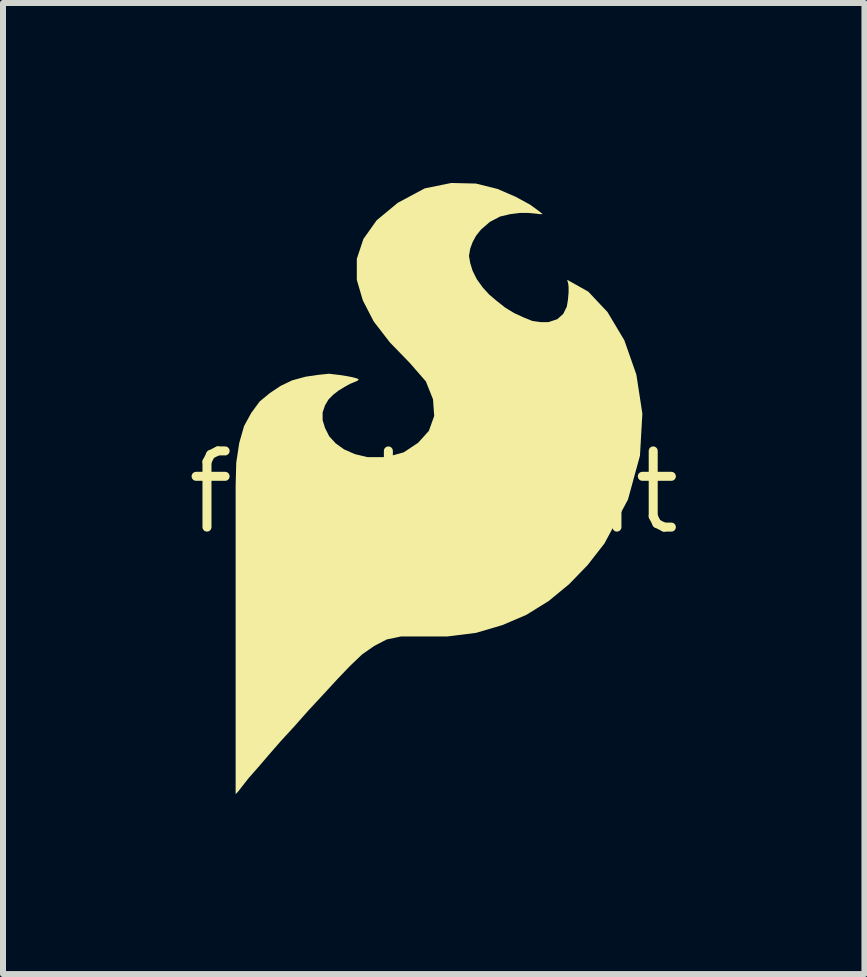
<source format=kicad_pcb>
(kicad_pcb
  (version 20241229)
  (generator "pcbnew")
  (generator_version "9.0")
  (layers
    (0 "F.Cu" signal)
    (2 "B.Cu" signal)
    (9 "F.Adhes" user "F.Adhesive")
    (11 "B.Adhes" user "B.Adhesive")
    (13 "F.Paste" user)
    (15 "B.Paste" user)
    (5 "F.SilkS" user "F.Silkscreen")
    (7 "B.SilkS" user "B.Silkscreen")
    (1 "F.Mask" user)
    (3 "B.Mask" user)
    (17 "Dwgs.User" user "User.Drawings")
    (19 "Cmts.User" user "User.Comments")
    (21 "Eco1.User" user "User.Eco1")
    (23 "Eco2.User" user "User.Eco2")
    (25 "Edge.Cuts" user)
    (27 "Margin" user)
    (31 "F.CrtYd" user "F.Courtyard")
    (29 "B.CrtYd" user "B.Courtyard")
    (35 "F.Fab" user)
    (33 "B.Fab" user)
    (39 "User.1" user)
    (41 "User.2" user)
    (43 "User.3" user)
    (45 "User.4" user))
  (footprint "footprint"
    (layer "F.Cu")
    (at 4.18 5.157)
    (property "Reference" "footprint" (at 0 0 0) (layer "F.SilkS") (effects (font (size 1.27 1.27) (thickness 0.15))))
    (fp_poly (pts (xy 0.704 -5.147) (xy 1.065 -5.057) (xy 1.365 -4.927) (xy 1.606 -4.796) (xy 1.756 -4.686) (xy 1.817 -4.637) (xy 1.773 -4.637) (xy 1.692 -4.647) (xy 1.583 -4.657) (xy 1.433 -4.657) (xy 1.274 -4.637) (xy 1.105 -4.597) (xy 0.936 -4.508) (xy 0.787 -4.379) (xy 0.707 -4.279) (xy 0.648 -4.17) (xy 0.608 -4.061) (xy 0.588 -3.942) (xy 0.608 -3.823) (xy 0.648 -3.694) (xy 0.717 -3.555) (xy 0.817 -3.415) (xy 0.926 -3.296) (xy 1.056 -3.186) (xy 1.196 -3.076) (xy 1.345 -2.986) (xy 1.495 -2.917) (xy 1.644 -2.857) (xy 1.783 -2.837) (xy 1.912 -2.837) (xy 2.06 -2.886) (xy 2.159 -2.975) (xy 2.218 -3.094) (xy 2.238 -3.213) (xy 2.248 -3.332) (xy 2.248 -3.432) (xy 2.238 -3.5) (xy 2.228 -3.521) (xy 2.228 -3.541) (xy 2.576 -3.346) (xy 2.897 -3.005) (xy 3.178 -2.534) (xy 3.378 -1.963) (xy 3.478 -1.312) (xy 3.438 -0.611) (xy 3.238 0.12) (xy 2.847 0.851) (xy 2.567 1.211) (xy 2.256 1.532) (xy 1.916 1.812) (xy 1.545 2.042) (xy 1.145 2.213) (xy 0.704 2.343) (xy 0.223 2.403) (xy -0.546 2.403) (xy -0.785 2.453) (xy -0.994 2.562) (xy -1.194 2.702) (xy -1.393 2.892) (xy -1.603 3.111) (xy -1.833 3.361) (xy -2.093 3.641) (xy -2.323 3.901) (xy -2.553 4.151) (xy -2.753 4.381) (xy -2.933 4.591) (xy -3.083 4.761) (xy -3.193 4.901) (xy -3.263 4.991) (xy -3.302 5.03) (xy -3.302 -0.112) (xy -3.292 -0.492) (xy -3.242 -0.823) (xy -3.162 -1.104) (xy -3.041 -1.325) (xy -2.901 -1.515) (xy -2.73 -1.656) (xy -2.549 -1.776) (xy -2.359 -1.867) (xy -2.138 -1.927) (xy -1.938 -1.957) (xy -1.747 -1.977) (xy -1.576 -1.957) (xy -1.446 -1.937) (xy -1.346 -1.917) (xy -1.275 -1.897) (xy -1.249 -1.883) (xy -1.274 -1.858) (xy -1.325 -1.837) (xy -1.395 -1.808) (xy -1.485 -1.758) (xy -1.584 -1.698) (xy -1.674 -1.628) (xy -1.753 -1.549) (xy -1.812 -1.45) (xy -1.852 -1.331) (xy -1.852 -1.203) (xy -1.812 -1.074) (xy -1.743 -0.935) (xy -1.634 -0.816) (xy -1.495 -0.716) (xy -1.315 -0.637) (xy -1.106 -0.587) (xy -0.788 -0.587) (xy -0.499 -0.667) (xy -0.26 -0.826) (xy -0.081 -1.025) (xy 0.008 -1.273) (xy -0.012 -1.551) (xy -0.131 -1.849) (xy -0.401 -2.159) (xy -0.731 -2.499) (xy -1.001 -2.849) (xy -1.182 -3.2) (xy -1.282 -3.541) (xy -1.282 -3.893) (xy -1.172 -4.224) (xy -0.951 -4.535) (xy -0.6 -4.826) (xy -0.149 -5.067) (xy 0.293 -5.157)) (stroke (width 0) (type solid)) (fill yes) (layer "F.SilkS")))
  (gr_rect
    (start -3 -3)
    (end 11.36 13.187)
    (stroke (width 0.1) (type default))
    (fill no)
    (layer "Edge.Cuts")))
</source>
